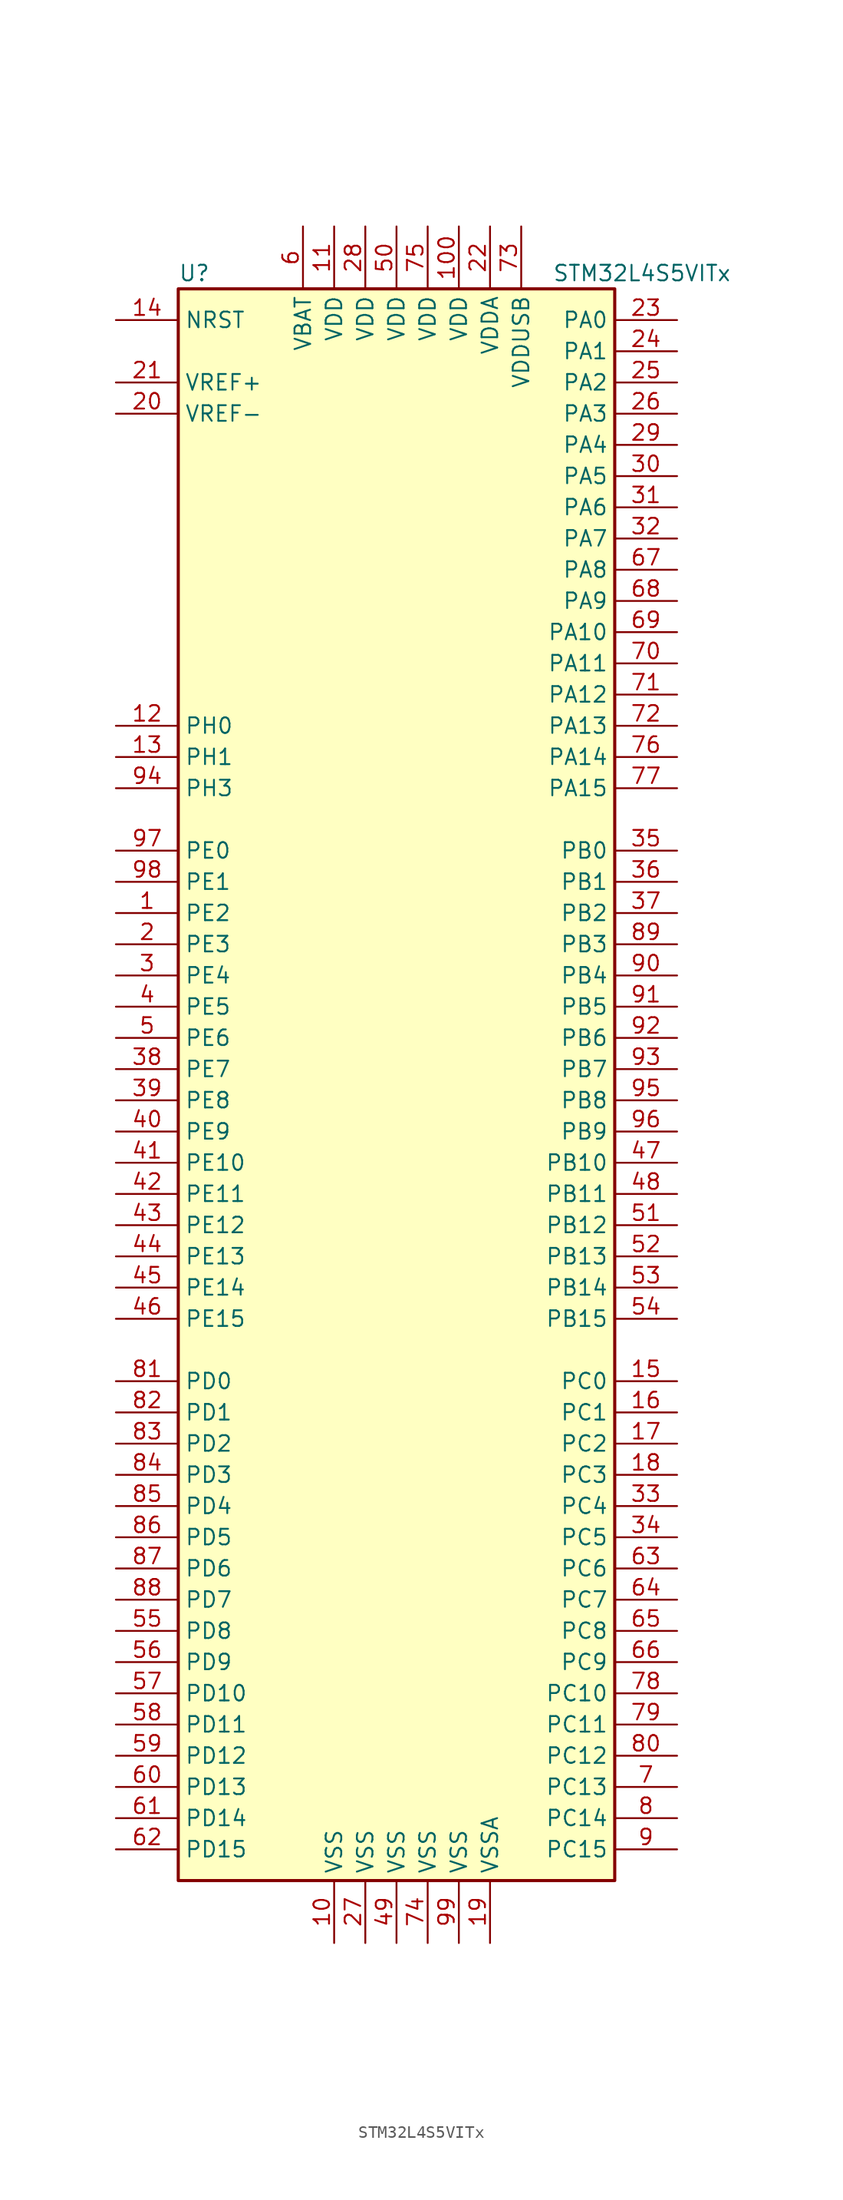
<source format=kicad_sym>
(kicad_symbol_lib
  (version 20201005)
  (generator kicad_symbol_editor)
  (symbol "STM32L4S5VITx"
    (property "Reference" "U"
      (at -17.78 64.77 0)
      (effects (font (size 1.27 1.27)) (justify left)))
    (property "Value" "STM32L4S5VITx"
      (at 12.7 64.77 0)
      (effects (font (size 1.27 1.27)) (justify left)))
    (symbol "STM32L4S5VITx_0_1"
      (rectangle (start -17.78 -66.04) (end 17.78 63.5) (stroke (width 0.254)) (fill (type background))))
    (symbol "STM32L4S5VITx_1_1"
      (pin bidirectional line (at -22.86 12.7 0) (length 5.08) (name "PE2" (effects (font (size 1.27 1.27)))) (number "1" (effects (font (size 1.27 1.27)))))
      (pin power_in line (at -5.08 -71.12 90) (length 5.08) (name "VSS" (effects (font (size 1.27 1.27)))) (number "10" (effects (font (size 1.27 1.27)))))
      (pin power_in line (at 5.08 68.58 270) (length 5.08) (name "VDD" (effects (font (size 1.27 1.27)))) (number "100" (effects (font (size 1.27 1.27)))))
      (pin power_in line (at -5.08 68.58 270) (length 5.08) (name "VDD" (effects (font (size 1.27 1.27)))) (number "11" (effects (font (size 1.27 1.27)))))
      (pin input line (at -22.86 27.94 0) (length 5.08) (name "PH0" (effects (font (size 1.27 1.27)))) (number "12" (effects (font (size 1.27 1.27)))))
      (pin input line (at -22.86 25.4 0) (length 5.08) (name "PH1" (effects (font (size 1.27 1.27)))) (number "13" (effects (font (size 1.27 1.27)))))
      (pin input line (at -22.86 60.96 0) (length 5.08) (name "NRST" (effects (font (size 1.27 1.27)))) (number "14" (effects (font (size 1.27 1.27)))))
      (pin bidirectional line (at 22.86 -25.4 180) (length 5.08) (name "PC0" (effects (font (size 1.27 1.27)))) (number "15" (effects (font (size 1.27 1.27)))))
      (pin bidirectional line (at 22.86 -27.94 180) (length 5.08) (name "PC1" (effects (font (size 1.27 1.27)))) (number "16" (effects (font (size 1.27 1.27)))))
      (pin bidirectional line (at 22.86 -30.48 180) (length 5.08) (name "PC2" (effects (font (size 1.27 1.27)))) (number "17" (effects (font (size 1.27 1.27)))))
      (pin bidirectional line (at 22.86 -33.02 180) (length 5.08) (name "PC3" (effects (font (size 1.27 1.27)))) (number "18" (effects (font (size 1.27 1.27)))))
      (pin power_in line (at 7.62 -71.12 90) (length 5.08) (name "VSSA" (effects (font (size 1.27 1.27)))) (number "19" (effects (font (size 1.27 1.27)))))
      (pin bidirectional line (at -22.86 10.16 0) (length 5.08) (name "PE3" (effects (font (size 1.27 1.27)))) (number "2" (effects (font (size 1.27 1.27)))))
      (pin power_in line (at -22.86 53.34 0) (length 5.08) (name "VREF-" (effects (font (size 1.27 1.27)))) (number "20" (effects (font (size 1.27 1.27)))))
      (pin bidirectional line (at -22.86 55.88 0) (length 5.08) (name "VREF+" (effects (font (size 1.27 1.27)))) (number "21" (effects (font (size 1.27 1.27)))))
      (pin power_in line (at 7.62 68.58 270) (length 5.08) (name "VDDA" (effects (font (size 1.27 1.27)))) (number "22" (effects (font (size 1.27 1.27)))))
      (pin bidirectional line (at 22.86 60.96 180) (length 5.08) (name "PA0" (effects (font (size 1.27 1.27)))) (number "23" (effects (font (size 1.27 1.27)))))
      (pin bidirectional line (at 22.86 58.42 180) (length 5.08) (name "PA1" (effects (font (size 1.27 1.27)))) (number "24" (effects (font (size 1.27 1.27)))))
      (pin bidirectional line (at 22.86 55.88 180) (length 5.08) (name "PA2" (effects (font (size 1.27 1.27)))) (number "25" (effects (font (size 1.27 1.27)))))
      (pin bidirectional line (at 22.86 53.34 180) (length 5.08) (name "PA3" (effects (font (size 1.27 1.27)))) (number "26" (effects (font (size 1.27 1.27)))))
      (pin power_in line (at -2.54 -71.12 90) (length 5.08) (name "VSS" (effects (font (size 1.27 1.27)))) (number "27" (effects (font (size 1.27 1.27)))))
      (pin power_in line (at -2.54 68.58 270) (length 5.08) (name "VDD" (effects (font (size 1.27 1.27)))) (number "28" (effects (font (size 1.27 1.27)))))
      (pin bidirectional line (at 22.86 50.8 180) (length 5.08) (name "PA4" (effects (font (size 1.27 1.27)))) (number "29" (effects (font (size 1.27 1.27)))))
      (pin bidirectional line (at -22.86 7.62 0) (length 5.08) (name "PE4" (effects (font (size 1.27 1.27)))) (number "3" (effects (font (size 1.27 1.27)))))
      (pin bidirectional line (at 22.86 48.26 180) (length 5.08) (name "PA5" (effects (font (size 1.27 1.27)))) (number "30" (effects (font (size 1.27 1.27)))))
      (pin bidirectional line (at 22.86 45.72 180) (length 5.08) (name "PA6" (effects (font (size 1.27 1.27)))) (number "31" (effects (font (size 1.27 1.27)))))
      (pin bidirectional line (at 22.86 43.18 180) (length 5.08) (name "PA7" (effects (font (size 1.27 1.27)))) (number "32" (effects (font (size 1.27 1.27)))))
      (pin bidirectional line (at 22.86 -35.56 180) (length 5.08) (name "PC4" (effects (font (size 1.27 1.27)))) (number "33" (effects (font (size 1.27 1.27)))))
      (pin bidirectional line (at 22.86 -38.1 180) (length 5.08) (name "PC5" (effects (font (size 1.27 1.27)))) (number "34" (effects (font (size 1.27 1.27)))))
      (pin bidirectional line (at 22.86 17.78 180) (length 5.08) (name "PB0" (effects (font (size 1.27 1.27)))) (number "35" (effects (font (size 1.27 1.27)))))
      (pin bidirectional line (at 22.86 15.24 180) (length 5.08) (name "PB1" (effects (font (size 1.27 1.27)))) (number "36" (effects (font (size 1.27 1.27)))))
      (pin bidirectional line (at 22.86 12.7 180) (length 5.08) (name "PB2" (effects (font (size 1.27 1.27)))) (number "37" (effects (font (size 1.27 1.27)))))
      (pin bidirectional line (at -22.86 0 0) (length 5.08) (name "PE7" (effects (font (size 1.27 1.27)))) (number "38" (effects (font (size 1.27 1.27)))))
      (pin bidirectional line (at -22.86 -2.54 0) (length 5.08) (name "PE8" (effects (font (size 1.27 1.27)))) (number "39" (effects (font (size 1.27 1.27)))))
      (pin bidirectional line (at -22.86 5.08 0) (length 5.08) (name "PE5" (effects (font (size 1.27 1.27)))) (number "4" (effects (font (size 1.27 1.27)))))
      (pin bidirectional line (at -22.86 -5.08 0) (length 5.08) (name "PE9" (effects (font (size 1.27 1.27)))) (number "40" (effects (font (size 1.27 1.27)))))
      (pin bidirectional line (at -22.86 -7.62 0) (length 5.08) (name "PE10" (effects (font (size 1.27 1.27)))) (number "41" (effects (font (size 1.27 1.27)))))
      (pin bidirectional line (at -22.86 -10.16 0) (length 5.08) (name "PE11" (effects (font (size 1.27 1.27)))) (number "42" (effects (font (size 1.27 1.27)))))
      (pin bidirectional line (at -22.86 -12.7 0) (length 5.08) (name "PE12" (effects (font (size 1.27 1.27)))) (number "43" (effects (font (size 1.27 1.27)))))
      (pin bidirectional line (at -22.86 -15.24 0) (length 5.08) (name "PE13" (effects (font (size 1.27 1.27)))) (number "44" (effects (font (size 1.27 1.27)))))
      (pin bidirectional line (at -22.86 -17.78 0) (length 5.08) (name "PE14" (effects (font (size 1.27 1.27)))) (number "45" (effects (font (size 1.27 1.27)))))
      (pin bidirectional line (at -22.86 -20.32 0) (length 5.08) (name "PE15" (effects (font (size 1.27 1.27)))) (number "46" (effects (font (size 1.27 1.27)))))
      (pin bidirectional line (at 22.86 -7.62 180) (length 5.08) (name "PB10" (effects (font (size 1.27 1.27)))) (number "47" (effects (font (size 1.27 1.27)))))
      (pin bidirectional line (at 22.86 -10.16 180) (length 5.08) (name "PB11" (effects (font (size 1.27 1.27)))) (number "48" (effects (font (size 1.27 1.27)))))
      (pin power_in line (at 0 -71.12 90) (length 5.08) (name "VSS" (effects (font (size 1.27 1.27)))) (number "49" (effects (font (size 1.27 1.27)))))
      (pin bidirectional line (at -22.86 2.54 0) (length 5.08) (name "PE6" (effects (font (size 1.27 1.27)))) (number "5" (effects (font (size 1.27 1.27)))))
      (pin power_in line (at 0 68.58 270) (length 5.08) (name "VDD" (effects (font (size 1.27 1.27)))) (number "50" (effects (font (size 1.27 1.27)))))
      (pin bidirectional line (at 22.86 -12.7 180) (length 5.08) (name "PB12" (effects (font (size 1.27 1.27)))) (number "51" (effects (font (size 1.27 1.27)))))
      (pin bidirectional line (at 22.86 -15.24 180) (length 5.08) (name "PB13" (effects (font (size 1.27 1.27)))) (number "52" (effects (font (size 1.27 1.27)))))
      (pin bidirectional line (at 22.86 -17.78 180) (length 5.08) (name "PB14" (effects (font (size 1.27 1.27)))) (number "53" (effects (font (size 1.27 1.27)))))
      (pin bidirectional line (at 22.86 -20.32 180) (length 5.08) (name "PB15" (effects (font (size 1.27 1.27)))) (number "54" (effects (font (size 1.27 1.27)))))
      (pin bidirectional line (at -22.86 -45.72 0) (length 5.08) (name "PD8" (effects (font (size 1.27 1.27)))) (number "55" (effects (font (size 1.27 1.27)))))
      (pin bidirectional line (at -22.86 -48.26 0) (length 5.08) (name "PD9" (effects (font (size 1.27 1.27)))) (number "56" (effects (font (size 1.27 1.27)))))
      (pin bidirectional line (at -22.86 -50.8 0) (length 5.08) (name "PD10" (effects (font (size 1.27 1.27)))) (number "57" (effects (font (size 1.27 1.27)))))
      (pin bidirectional line (at -22.86 -53.34 0) (length 5.08) (name "PD11" (effects (font (size 1.27 1.27)))) (number "58" (effects (font (size 1.27 1.27)))))
      (pin bidirectional line (at -22.86 -55.88 0) (length 5.08) (name "PD12" (effects (font (size 1.27 1.27)))) (number "59" (effects (font (size 1.27 1.27)))))
      (pin power_in line (at -7.62 68.58 270) (length 5.08) (name "VBAT" (effects (font (size 1.27 1.27)))) (number "6" (effects (font (size 1.27 1.27)))))
      (pin bidirectional line (at -22.86 -58.42 0) (length 5.08) (name "PD13" (effects (font (size 1.27 1.27)))) (number "60" (effects (font (size 1.27 1.27)))))
      (pin bidirectional line (at -22.86 -60.96 0) (length 5.08) (name "PD14" (effects (font (size 1.27 1.27)))) (number "61" (effects (font (size 1.27 1.27)))))
      (pin bidirectional line (at -22.86 -63.5 0) (length 5.08) (name "PD15" (effects (font (size 1.27 1.27)))) (number "62" (effects (font (size 1.27 1.27)))))
      (pin bidirectional line (at 22.86 -40.64 180) (length 5.08) (name "PC6" (effects (font (size 1.27 1.27)))) (number "63" (effects (font (size 1.27 1.27)))))
      (pin bidirectional line (at 22.86 -43.18 180) (length 5.08) (name "PC7" (effects (font (size 1.27 1.27)))) (number "64" (effects (font (size 1.27 1.27)))))
      (pin bidirectional line (at 22.86 -45.72 180) (length 5.08) (name "PC8" (effects (font (size 1.27 1.27)))) (number "65" (effects (font (size 1.27 1.27)))))
      (pin bidirectional line (at 22.86 -48.26 180) (length 5.08) (name "PC9" (effects (font (size 1.27 1.27)))) (number "66" (effects (font (size 1.27 1.27)))))
      (pin bidirectional line (at 22.86 40.64 180) (length 5.08) (name "PA8" (effects (font (size 1.27 1.27)))) (number "67" (effects (font (size 1.27 1.27)))))
      (pin bidirectional line (at 22.86 38.1 180) (length 5.08) (name "PA9" (effects (font (size 1.27 1.27)))) (number "68" (effects (font (size 1.27 1.27)))))
      (pin bidirectional line (at 22.86 35.56 180) (length 5.08) (name "PA10" (effects (font (size 1.27 1.27)))) (number "69" (effects (font (size 1.27 1.27)))))
      (pin bidirectional line (at 22.86 -58.42 180) (length 5.08) (name "PC13" (effects (font (size 1.27 1.27)))) (number "7" (effects (font (size 1.27 1.27)))))
      (pin bidirectional line (at 22.86 33.02 180) (length 5.08) (name "PA11" (effects (font (size 1.27 1.27)))) (number "70" (effects (font (size 1.27 1.27)))))
      (pin bidirectional line (at 22.86 30.48 180) (length 5.08) (name "PA12" (effects (font (size 1.27 1.27)))) (number "71" (effects (font (size 1.27 1.27)))))
      (pin bidirectional line (at 22.86 27.94 180) (length 5.08) (name "PA13" (effects (font (size 1.27 1.27)))) (number "72" (effects (font (size 1.27 1.27)))))
      (pin power_in line (at 10.16 68.58 270) (length 5.08) (name "VDDUSB" (effects (font (size 1.27 1.27)))) (number "73" (effects (font (size 1.27 1.27)))))
      (pin power_in line (at 2.54 -71.12 90) (length 5.08) (name "VSS" (effects (font (size 1.27 1.27)))) (number "74" (effects (font (size 1.27 1.27)))))
      (pin power_in line (at 2.54 68.58 270) (length 5.08) (name "VDD" (effects (font (size 1.27 1.27)))) (number "75" (effects (font (size 1.27 1.27)))))
      (pin bidirectional line (at 22.86 25.4 180) (length 5.08) (name "PA14" (effects (font (size 1.27 1.27)))) (number "76" (effects (font (size 1.27 1.27)))))
      (pin bidirectional line (at 22.86 22.86 180) (length 5.08) (name "PA15" (effects (font (size 1.27 1.27)))) (number "77" (effects (font (size 1.27 1.27)))))
      (pin bidirectional line (at 22.86 -50.8 180) (length 5.08) (name "PC10" (effects (font (size 1.27 1.27)))) (number "78" (effects (font (size 1.27 1.27)))))
      (pin bidirectional line (at 22.86 -53.34 180) (length 5.08) (name "PC11" (effects (font (size 1.27 1.27)))) (number "79" (effects (font (size 1.27 1.27)))))
      (pin bidirectional line (at 22.86 -60.96 180) (length 5.08) (name "PC14" (effects (font (size 1.27 1.27)))) (number "8" (effects (font (size 1.27 1.27)))))
      (pin bidirectional line (at 22.86 -55.88 180) (length 5.08) (name "PC12" (effects (font (size 1.27 1.27)))) (number "80" (effects (font (size 1.27 1.27)))))
      (pin bidirectional line (at -22.86 -25.4 0) (length 5.08) (name "PD0" (effects (font (size 1.27 1.27)))) (number "81" (effects (font (size 1.27 1.27)))))
      (pin bidirectional line (at -22.86 -27.94 0) (length 5.08) (name "PD1" (effects (font (size 1.27 1.27)))) (number "82" (effects (font (size 1.27 1.27)))))
      (pin bidirectional line (at -22.86 -30.48 0) (length 5.08) (name "PD2" (effects (font (size 1.27 1.27)))) (number "83" (effects (font (size 1.27 1.27)))))
      (pin bidirectional line (at -22.86 -33.02 0) (length 5.08) (name "PD3" (effects (font (size 1.27 1.27)))) (number "84" (effects (font (size 1.27 1.27)))))
      (pin bidirectional line (at -22.86 -35.56 0) (length 5.08) (name "PD4" (effects (font (size 1.27 1.27)))) (number "85" (effects (font (size 1.27 1.27)))))
      (pin bidirectional line (at -22.86 -38.1 0) (length 5.08) (name "PD5" (effects (font (size 1.27 1.27)))) (number "86" (effects (font (size 1.27 1.27)))))
      (pin bidirectional line (at -22.86 -40.64 0) (length 5.08) (name "PD6" (effects (font (size 1.27 1.27)))) (number "87" (effects (font (size 1.27 1.27)))))
      (pin bidirectional line (at -22.86 -43.18 0) (length 5.08) (name "PD7" (effects (font (size 1.27 1.27)))) (number "88" (effects (font (size 1.27 1.27)))))
      (pin bidirectional line (at 22.86 10.16 180) (length 5.08) (name "PB3" (effects (font (size 1.27 1.27)))) (number "89" (effects (font (size 1.27 1.27)))))
      (pin bidirectional line (at 22.86 -63.5 180) (length 5.08) (name "PC15" (effects (font (size 1.27 1.27)))) (number "9" (effects (font (size 1.27 1.27)))))
      (pin bidirectional line (at 22.86 7.62 180) (length 5.08) (name "PB4" (effects (font (size 1.27 1.27)))) (number "90" (effects (font (size 1.27 1.27)))))
      (pin bidirectional line (at 22.86 5.08 180) (length 5.08) (name "PB5" (effects (font (size 1.27 1.27)))) (number "91" (effects (font (size 1.27 1.27)))))
      (pin bidirectional line (at 22.86 2.54 180) (length 5.08) (name "PB6" (effects (font (size 1.27 1.27)))) (number "92" (effects (font (size 1.27 1.27)))))
      (pin bidirectional line (at 22.86 0 180) (length 5.08) (name "PB7" (effects (font (size 1.27 1.27)))) (number "93" (effects (font (size 1.27 1.27)))))
      (pin bidirectional line (at -22.86 22.86 0) (length 5.08) (name "PH3" (effects (font (size 1.27 1.27)))) (number "94" (effects (font (size 1.27 1.27)))))
      (pin bidirectional line (at 22.86 -2.54 180) (length 5.08) (name "PB8" (effects (font (size 1.27 1.27)))) (number "95" (effects (font (size 1.27 1.27)))))
      (pin bidirectional line (at 22.86 -5.08 180) (length 5.08) (name "PB9" (effects (font (size 1.27 1.27)))) (number "96" (effects (font (size 1.27 1.27)))))
      (pin bidirectional line (at -22.86 17.78 0) (length 5.08) (name "PE0" (effects (font (size 1.27 1.27)))) (number "97" (effects (font (size 1.27 1.27)))))
      (pin bidirectional line (at -22.86 15.24 0) (length 5.08) (name "PE1" (effects (font (size 1.27 1.27)))) (number "98" (effects (font (size 1.27 1.27)))))
      (pin power_in line (at 5.08 -71.12 90) (length 5.08) (name "VSS" (effects (font (size 1.27 1.27)))) (number "99" (effects (font (size 1.27 1.27))))))))
</source>
